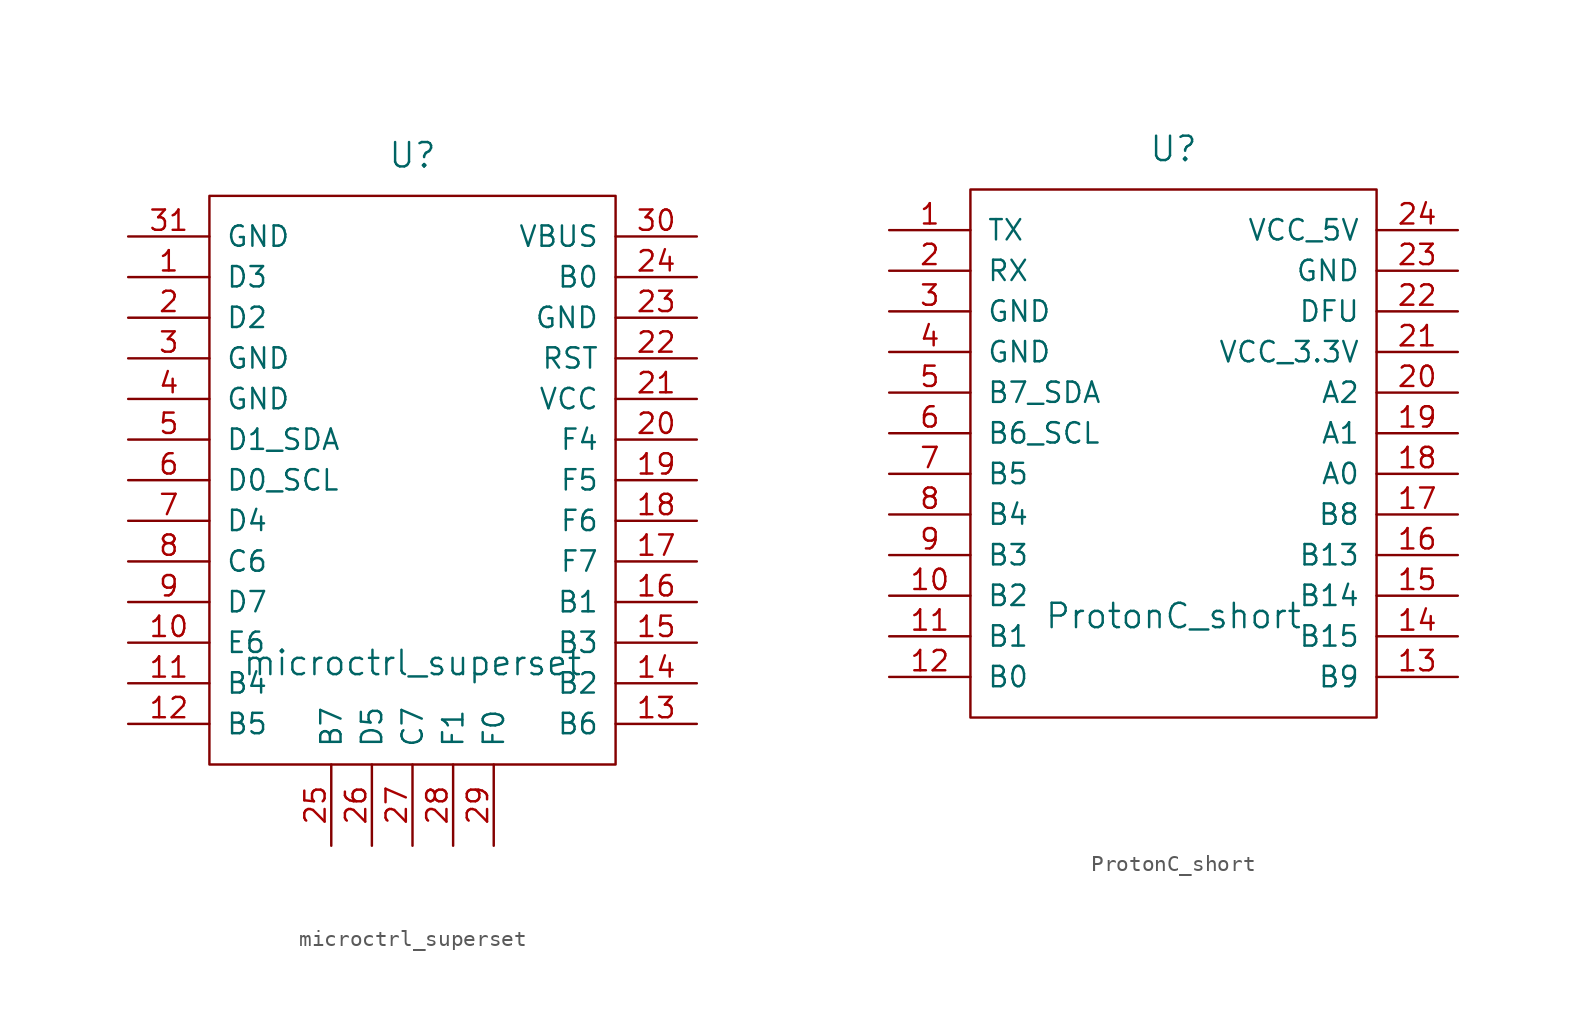
<source format=kicad_sym>
(kicad_symbol_lib
  (version 20211014)
  (generator kicad_symbol_editor)
  (symbol "microctrl_superset"
    (pin_names
      (offset 1.016))
    (property "Reference" "U"
      (at 0 26.67 0)
      (effects (font (size 1.524 1.524))))
    (property "Value" "microctrl_superset"
      (at 0 -5.08 0)
      (effects (font (size 1.524 1.524))))
    (property "Footprint" ""
      (at -3.81 -15.24 90)
      (effects (font (size 1.524 1.524))))
    (property "Datasheet" ""
      (at -3.81 -15.24 90)
      (effects (font (size 1.524 1.524))))
    (symbol "microctrl_superset_0_1"
      (rectangle (start -12.7 24.13) (end 12.7 -11.43) (stroke (width 0) (type default) (color 0 0 0 0)) (fill (type none))))
    (symbol "microctrl_superset_1_1"
      (pin bidirectional line (at -17.78 19.05 0) (length 5.08) (name "D3" (effects (font (size 1.27 1.27)))) (number "1" (effects (font (size 1.27 1.27)))))
      (pin bidirectional line (at -17.78 -3.81 0) (length 5.08) (name "E6" (effects (font (size 1.27 1.27)))) (number "10" (effects (font (size 1.27 1.27)))))
      (pin bidirectional line (at -17.78 -6.35 0) (length 5.08) (name "B4" (effects (font (size 1.27 1.27)))) (number "11" (effects (font (size 1.27 1.27)))))
      (pin bidirectional line (at -17.78 -8.89 0) (length 5.08) (name "B5" (effects (font (size 1.27 1.27)))) (number "12" (effects (font (size 1.27 1.27)))))
      (pin bidirectional line (at 17.78 -8.89 180) (length 5.08) (name "B6" (effects (font (size 1.27 1.27)))) (number "13" (effects (font (size 1.27 1.27)))))
      (pin bidirectional line (at 17.78 -6.35 180) (length 5.08) (name "B2" (effects (font (size 1.27 1.27)))) (number "14" (effects (font (size 1.27 1.27)))))
      (pin bidirectional line (at 17.78 -3.81 180) (length 5.08) (name "B3" (effects (font (size 1.27 1.27)))) (number "15" (effects (font (size 1.27 1.27)))))
      (pin bidirectional line (at 17.78 -1.27 180) (length 5.08) (name "B1" (effects (font (size 1.27 1.27)))) (number "16" (effects (font (size 1.27 1.27)))))
      (pin bidirectional line (at 17.78 1.27 180) (length 5.08) (name "F7" (effects (font (size 1.27 1.27)))) (number "17" (effects (font (size 1.27 1.27)))))
      (pin bidirectional line (at 17.78 3.81 180) (length 5.08) (name "F6" (effects (font (size 1.27 1.27)))) (number "18" (effects (font (size 1.27 1.27)))))
      (pin bidirectional line (at 17.78 6.35 180) (length 5.08) (name "F5" (effects (font (size 1.27 1.27)))) (number "19" (effects (font (size 1.27 1.27)))))
      (pin bidirectional line (at -17.78 16.51 0) (length 5.08) (name "D2" (effects (font (size 1.27 1.27)))) (number "2" (effects (font (size 1.27 1.27)))))
      (pin bidirectional line (at 17.78 8.89 180) (length 5.08) (name "F4" (effects (font (size 1.27 1.27)))) (number "20" (effects (font (size 1.27 1.27)))))
      (pin power_in line (at 17.78 11.43 180) (length 5.08) (name "VCC" (effects (font (size 1.27 1.27)))) (number "21" (effects (font (size 1.27 1.27)))))
      (pin input line (at 17.78 13.97 180) (length 5.08) (name "RST" (effects (font (size 1.27 1.27)))) (number "22" (effects (font (size 1.27 1.27)))))
      (pin power_in line (at 17.78 16.51 180) (length 5.08) (name "GND" (effects (font (size 1.27 1.27)))) (number "23" (effects (font (size 1.27 1.27)))))
      (pin bidirectional line (at 17.78 19.05 180) (length 5.08) (name "B0" (effects (font (size 1.27 1.27)))) (number "24" (effects (font (size 1.27 1.27)))))
      (pin bidirectional line (at -5.08 -16.51 90) (length 5.08) (name "B7" (effects (font (size 1.27 1.27)))) (number "25" (effects (font (size 1.27 1.27)))))
      (pin bidirectional line (at -2.54 -16.51 90) (length 5.08) (name "D5" (effects (font (size 1.27 1.27)))) (number "26" (effects (font (size 1.27 1.27)))))
      (pin bidirectional line (at 0 -16.51 90) (length 5.08) (name "C7" (effects (font (size 1.27 1.27)))) (number "27" (effects (font (size 1.27 1.27)))))
      (pin bidirectional line (at 2.54 -16.51 90) (length 5.08) (name "F1" (effects (font (size 1.27 1.27)))) (number "28" (effects (font (size 1.27 1.27)))))
      (pin bidirectional line (at 5.08 -16.51 90) (length 5.08) (name "F0" (effects (font (size 1.27 1.27)))) (number "29" (effects (font (size 1.27 1.27)))))
      (pin power_in line (at -17.78 13.97 0) (length 5.08) (name "GND" (effects (font (size 1.27 1.27)))) (number "3" (effects (font (size 1.27 1.27)))))
      (pin power_out line (at 17.78 21.59 180) (length 5.08) (name "VBUS" (effects (font (size 1.27 1.27)))) (number "30" (effects (font (size 1.27 1.27)))))
      (pin power_in line (at -17.78 21.59 0) (length 5.08) (name "GND" (effects (font (size 1.27 1.27)))) (number "31" (effects (font (size 1.27 1.27)))))
      (pin power_in line (at -17.78 11.43 0) (length 5.08) (name "GND" (effects (font (size 1.27 1.27)))) (number "4" (effects (font (size 1.27 1.27)))))
      (pin bidirectional line (at -17.78 8.89 0) (length 5.08) (name "D1_SDA" (effects (font (size 1.27 1.27)))) (number "5" (effects (font (size 1.27 1.27)))))
      (pin bidirectional line (at -17.78 6.35 0) (length 5.08) (name "D0_SCL" (effects (font (size 1.27 1.27)))) (number "6" (effects (font (size 1.27 1.27)))))
      (pin bidirectional line (at -17.78 3.81 0) (length 5.08) (name "D4" (effects (font (size 1.27 1.27)))) (number "7" (effects (font (size 1.27 1.27)))))
      (pin bidirectional line (at -17.78 1.27 0) (length 5.08) (name "C6" (effects (font (size 1.27 1.27)))) (number "8" (effects (font (size 1.27 1.27)))))
      (pin bidirectional line (at -17.78 -1.27 0) (length 5.08) (name "D7" (effects (font (size 1.27 1.27)))) (number "9" (effects (font (size 1.27 1.27)))))))
  (symbol "ProtonC_short"
    (pin_names
      (offset 1.016))
    (property "Reference" "U"
      (at 0 24.13 0)
      (effects (font (size 1.524 1.524))))
    (property "Value" "ProtonC_short"
      (at 0 -5.08 0)
      (effects (font (size 1.524 1.524))))
    (property "Footprint" ""
      (at -3.81 -15.24 90)
      (effects (font (size 1.524 1.524))))
    (property "Datasheet" ""
      (at -3.81 -15.24 90)
      (effects (font (size 1.524 1.524))))
    (symbol "ProtonC_short_0_1"
      (rectangle (start -12.7 21.59) (end 12.7 -11.43) (stroke (width 0) (type default) (color 0 0 0 0)) (fill (type none))))
    (symbol "ProtonC_short_1_1"
      (pin bidirectional line (at -17.78 19.05 0) (length 5.08) (name "TX" (effects (font (size 1.27 1.27)))) (number "1" (effects (font (size 1.27 1.27)))))
      (pin bidirectional line (at -17.78 -3.81 0) (length 5.08) (name "B2" (effects (font (size 1.27 1.27)))) (number "10" (effects (font (size 1.27 1.27)))))
      (pin bidirectional line (at -17.78 -6.35 0) (length 5.08) (name "B1" (effects (font (size 1.27 1.27)))) (number "11" (effects (font (size 1.27 1.27)))))
      (pin bidirectional line (at -17.78 -8.89 0) (length 5.08) (name "B0" (effects (font (size 1.27 1.27)))) (number "12" (effects (font (size 1.27 1.27)))))
      (pin bidirectional line (at 17.78 -8.89 180) (length 5.08) (name "B9" (effects (font (size 1.27 1.27)))) (number "13" (effects (font (size 1.27 1.27)))))
      (pin bidirectional line (at 17.78 -6.35 180) (length 5.08) (name "B15" (effects (font (size 1.27 1.27)))) (number "14" (effects (font (size 1.27 1.27)))))
      (pin bidirectional line (at 17.78 -3.81 180) (length 5.08) (name "B14" (effects (font (size 1.27 1.27)))) (number "15" (effects (font (size 1.27 1.27)))))
      (pin bidirectional line (at 17.78 -1.27 180) (length 5.08) (name "B13" (effects (font (size 1.27 1.27)))) (number "16" (effects (font (size 1.27 1.27)))))
      (pin bidirectional line (at 17.78 1.27 180) (length 5.08) (name "B8" (effects (font (size 1.27 1.27)))) (number "17" (effects (font (size 1.27 1.27)))))
      (pin bidirectional line (at 17.78 3.81 180) (length 5.08) (name "A0" (effects (font (size 1.27 1.27)))) (number "18" (effects (font (size 1.27 1.27)))))
      (pin bidirectional line (at 17.78 6.35 180) (length 5.08) (name "A1" (effects (font (size 1.27 1.27)))) (number "19" (effects (font (size 1.27 1.27)))))
      (pin bidirectional line (at -17.78 16.51 0) (length 5.08) (name "RX" (effects (font (size 1.27 1.27)))) (number "2" (effects (font (size 1.27 1.27)))))
      (pin bidirectional line (at 17.78 8.89 180) (length 5.08) (name "A2" (effects (font (size 1.27 1.27)))) (number "20" (effects (font (size 1.27 1.27)))))
      (pin power_in line (at 17.78 11.43 180) (length 5.08) (name "VCC_3.3V" (effects (font (size 1.27 1.27)))) (number "21" (effects (font (size 1.27 1.27)))))
      (pin bidirectional line (at 17.78 13.97 180) (length 5.08) (name "DFU" (effects (font (size 1.27 1.27)))) (number "22" (effects (font (size 1.27 1.27)))))
      (pin power_in line (at 17.78 16.51 180) (length 5.08) (name "GND" (effects (font (size 1.27 1.27)))) (number "23" (effects (font (size 1.27 1.27)))))
      (pin power_out line (at 17.78 19.05 180) (length 5.08) (name "VCC_5V" (effects (font (size 1.27 1.27)))) (number "24" (effects (font (size 1.27 1.27)))))
      (pin power_in line (at -17.78 13.97 0) (length 5.08) (name "GND" (effects (font (size 1.27 1.27)))) (number "3" (effects (font (size 1.27 1.27)))))
      (pin power_in line (at -17.78 11.43 0) (length 5.08) (name "GND" (effects (font (size 1.27 1.27)))) (number "4" (effects (font (size 1.27 1.27)))))
      (pin bidirectional line (at -17.78 8.89 0) (length 5.08) (name "B7_SDA" (effects (font (size 1.27 1.27)))) (number "5" (effects (font (size 1.27 1.27)))))
      (pin bidirectional line (at -17.78 6.35 0) (length 5.08) (name "B6_SCL" (effects (font (size 1.27 1.27)))) (number "6" (effects (font (size 1.27 1.27)))))
      (pin bidirectional line (at -17.78 3.81 0) (length 5.08) (name "B5" (effects (font (size 1.27 1.27)))) (number "7" (effects (font (size 1.27 1.27)))))
      (pin bidirectional line (at -17.78 1.27 0) (length 5.08) (name "B4" (effects (font (size 1.27 1.27)))) (number "8" (effects (font (size 1.27 1.27)))))
      (pin bidirectional line (at -17.78 -1.27 0) (length 5.08) (name "B3" (effects (font (size 1.27 1.27)))) (number "9" (effects (font (size 1.27 1.27))))))))
</source>
